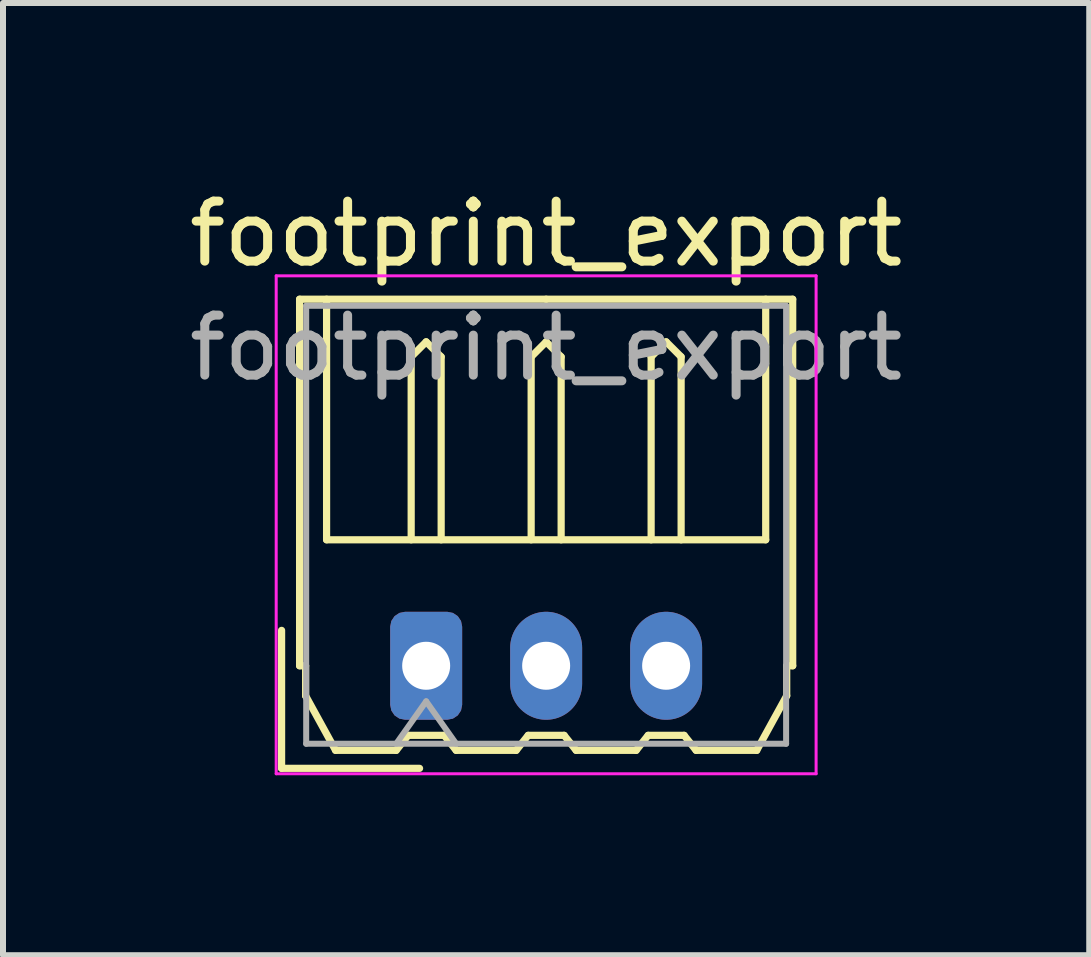
<source format=kicad_pcb>
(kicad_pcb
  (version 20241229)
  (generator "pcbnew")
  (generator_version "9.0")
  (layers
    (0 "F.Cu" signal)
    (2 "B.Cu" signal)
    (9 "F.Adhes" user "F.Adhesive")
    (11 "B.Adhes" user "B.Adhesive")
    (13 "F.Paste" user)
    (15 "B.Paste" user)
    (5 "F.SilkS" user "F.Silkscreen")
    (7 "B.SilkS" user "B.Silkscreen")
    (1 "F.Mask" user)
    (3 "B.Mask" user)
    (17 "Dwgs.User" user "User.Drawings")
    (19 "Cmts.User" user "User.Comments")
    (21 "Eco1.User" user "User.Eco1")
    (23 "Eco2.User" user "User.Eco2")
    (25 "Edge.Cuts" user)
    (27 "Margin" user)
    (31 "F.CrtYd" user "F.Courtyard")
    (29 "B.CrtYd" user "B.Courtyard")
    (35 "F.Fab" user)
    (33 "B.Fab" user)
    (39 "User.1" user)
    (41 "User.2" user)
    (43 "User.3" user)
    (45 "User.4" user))
  (footprint "footprint_export"
    (layer "F.Cu")
    (at 4.054 8.048)
    (property "Reference" "footprint_export" (at 2 -7.2 0) (layer "F.SilkS") (effects (font (size 1 1) (thickness 0.15))))
    (attr through_hole)
    (fp_line (start -2.41 1.71) (end -2.41 -0.59) (stroke (width 0.12) (type solid)) (layer "F.SilkS"))
    (fp_line (start -2.11 -6.11) (end 2 -6.11) (stroke (width 0.12) (type solid)) (layer "F.SilkS"))
    (fp_line (start -2.11 0) (end -2.11 -6.11) (stroke (width 0.12) (type solid)) (layer "F.SilkS"))
    (fp_line (start -2.01 0) (end -2.11 0) (stroke (width 0.12) (type solid)) (layer "F.SilkS"))
    (fp_line (start -2.01 0.5) (end -2.01 0) (stroke (width 0.12) (type solid)) (layer "F.SilkS"))
    (fp_line (start -1.66 -6.11) (end -1.66 -2.1) (stroke (width 0.12) (type solid)) (layer "F.SilkS"))
    (fp_line (start -1.66 -2.1) (end 5.66 -2.1) (stroke (width 0.12) (type solid)) (layer "F.SilkS"))
    (fp_line (start -1.51 1.41) (end -2.01 0.5) (stroke (width 0.12) (type solid)) (layer "F.SilkS"))
    (fp_line (start -0.5 1.41) (end -1.51 1.41) (stroke (width 0.12) (type solid)) (layer "F.SilkS"))
    (fp_line (start -0.3 1.16) (end -0.5 1.41) (stroke (width 0.12) (type solid)) (layer "F.SilkS"))
    (fp_line (start -0.3 1.16) (end 0.3 1.16) (stroke (width 0.12) (type solid)) (layer "F.SilkS"))
    (fp_line (start -0.25 -5.15) (end 0 -5.4) (stroke (width 0.12) (type solid)) (layer "F.SilkS"))
    (fp_line (start -0.25 -2.1) (end -0.25 -5.15) (stroke (width 0.12) (type solid)) (layer "F.SilkS"))
    (fp_line (start -0.11 1.71) (end -2.41 1.71) (stroke (width 0.12) (type solid)) (layer "F.SilkS"))
    (fp_line (start 0 -5.4) (end 0.25 -5.15) (stroke (width 0.12) (type solid)) (layer "F.SilkS"))
    (fp_line (start 0.25 -5.15) (end 0.25 -2.1) (stroke (width 0.12) (type solid)) (layer "F.SilkS"))
    (fp_line (start 0.3 1.16) (end 0.5 1.41) (stroke (width 0.12) (type solid)) (layer "F.SilkS"))
    (fp_line (start 0.5 1.41) (end 1.5 1.41) (stroke (width 0.12) (type solid)) (layer "F.SilkS"))
    (fp_line (start 1.5 1.41) (end 1.7 1.16) (stroke (width 0.12) (type solid)) (layer "F.SilkS"))
    (fp_line (start 1.7 1.16) (end 2.3 1.16) (stroke (width 0.12) (type solid)) (layer "F.SilkS"))
    (fp_line (start 1.75 -5.15) (end 2 -5.4) (stroke (width 0.12) (type solid)) (layer "F.SilkS"))
    (fp_line (start 1.75 -2.1) (end 1.75 -5.15) (stroke (width 0.12) (type solid)) (layer "F.SilkS"))
    (fp_line (start 2 -5.4) (end 2.25 -5.15) (stroke (width 0.12) (type solid)) (layer "F.SilkS"))
    (fp_line (start 2.25 -5.15) (end 2.25 -2.1) (stroke (width 0.12) (type solid)) (layer "F.SilkS"))
    (fp_line (start 2.3 1.16) (end 2.5 1.41) (stroke (width 0.12) (type solid)) (layer "F.SilkS"))
    (fp_line (start 2.5 1.41) (end 3.5 1.41) (stroke (width 0.12) (type solid)) (layer "F.SilkS"))
    (fp_line (start 3.5 1.41) (end 3.7 1.16) (stroke (width 0.12) (type solid)) (layer "F.SilkS"))
    (fp_line (start 3.7 1.16) (end 4.3 1.16) (stroke (width 0.12) (type solid)) (layer "F.SilkS"))
    (fp_line (start 3.75 -5.15) (end 4 -5.4) (stroke (width 0.12) (type solid)) (layer "F.SilkS"))
    (fp_line (start 3.75 -2.1) (end 3.75 -5.15) (stroke (width 0.12) (type solid)) (layer "F.SilkS"))
    (fp_line (start 4 -5.4) (end 4.25 -5.15) (stroke (width 0.12) (type solid)) (layer "F.SilkS"))
    (fp_line (start 4.25 -5.15) (end 4.25 -2.1) (stroke (width 0.12) (type solid)) (layer "F.SilkS"))
    (fp_line (start 4.3 1.16) (end 4.5 1.41) (stroke (width 0.12) (type solid)) (layer "F.SilkS"))
    (fp_line (start 4.5 1.41) (end 5.51 1.41) (stroke (width 0.12) (type solid)) (layer "F.SilkS"))
    (fp_line (start 5.51 1.41) (end 6.01 0.5) (stroke (width 0.12) (type solid)) (layer "F.SilkS"))
    (fp_line (start 5.66 -2.1) (end 5.66 -6.11) (stroke (width 0.12) (type solid)) (layer "F.SilkS"))
    (fp_line (start 6.01 0) (end 6.11 0) (stroke (width 0.12) (type solid)) (layer "F.SilkS"))
    (fp_line (start 6.01 0.5) (end 6.01 0) (stroke (width 0.12) (type solid)) (layer "F.SilkS"))
    (fp_line (start 6.11 -6.11) (end 2 -6.11) (stroke (width 0.12) (type solid)) (layer "F.SilkS"))
    (fp_line (start 6.11 0) (end 6.11 -6.11) (stroke (width 0.12) (type solid)) (layer "F.SilkS"))
    (fp_line (start -2.5 -6.5) (end -2.5 1.8) (stroke (width 0.05) (type solid)) (layer "F.CrtYd"))
    (fp_line (start -2.5 1.8) (end 6.5 1.8) (stroke (width 0.05) (type solid)) (layer "F.CrtYd"))
    (fp_line (start 6.5 -6.5) (end -2.5 -6.5) (stroke (width 0.05) (type solid)) (layer "F.CrtYd"))
    (fp_line (start 6.5 1.8) (end 6.5 -6.5) (stroke (width 0.05) (type solid)) (layer "F.CrtYd"))
    (fp_line (start -2 -6) (end -2 1.3) (stroke (width 0.1) (type solid)) (layer "F.Fab"))
    (fp_line (start -2 1.3) (end 6 1.3) (stroke (width 0.1) (type solid)) (layer "F.Fab"))
    (fp_line (start -0.5 1.3) (end 0 0.593) (stroke (width 0.1) (type solid)) (layer "F.Fab"))
    (fp_line (start 0 0.593) (end 0.5 1.3) (stroke (width 0.1) (type solid)) (layer "F.Fab"))
    (fp_line (start 6 -6) (end -2 -6) (stroke (width 0.1) (type solid)) (layer "F.Fab"))
    (fp_line (start 6 1.3) (end 6 -6) (stroke (width 0.1) (type solid)) (layer "F.Fab"))
    (fp_text user "${REFERENCE}" (at 2 -5.3 0) (layer "F.Fab") (effects (font (size 1 1) (thickness 0.15))))
    (pad "1" thru_hole roundrect (at 0 0) (size 1.2 1.8) (drill 0.8) (layers "*.Cu" "*.Mask") (roundrect_rratio 0.208))
    (pad "2" thru_hole oval (at 2 0) (size 1.2 1.8) (drill 0.8) (layers "*.Cu" "*.Mask"))
    (pad "3" thru_hole oval (at 4 0) (size 1.2 1.8) (drill 0.8) (layers "*.Cu" "*.Mask")))
  (gr_rect
    (start -3 -3)
    (end 15.107 12.873)
    (stroke (width 0.1) (type default))
    (fill no)
    (layer "Edge.Cuts")))
</source>
